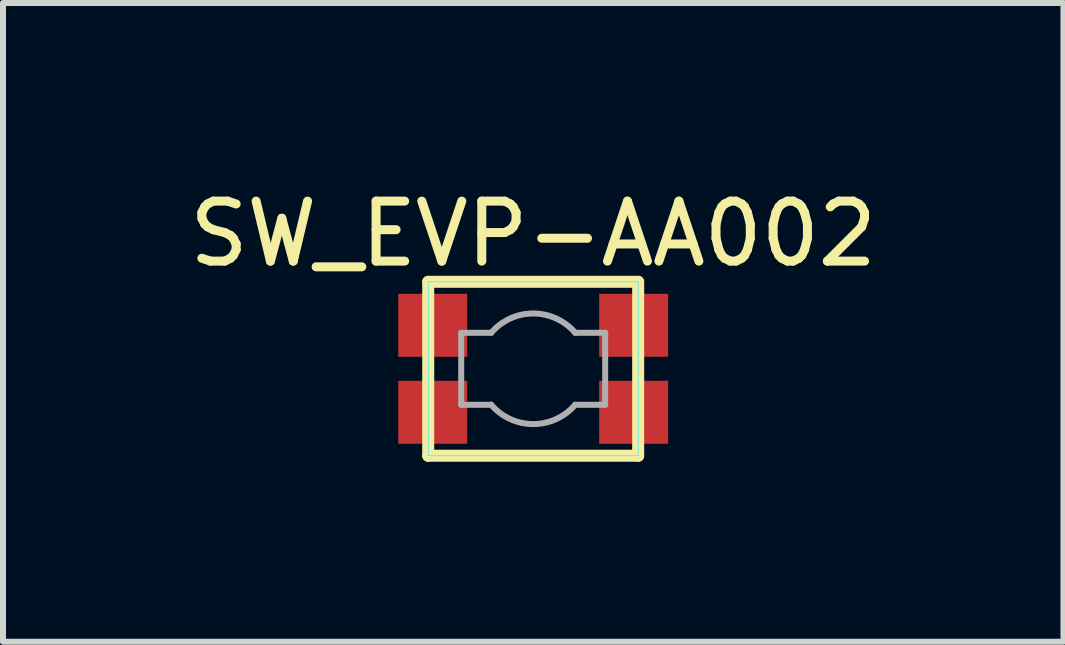
<source format=kicad_pcb>
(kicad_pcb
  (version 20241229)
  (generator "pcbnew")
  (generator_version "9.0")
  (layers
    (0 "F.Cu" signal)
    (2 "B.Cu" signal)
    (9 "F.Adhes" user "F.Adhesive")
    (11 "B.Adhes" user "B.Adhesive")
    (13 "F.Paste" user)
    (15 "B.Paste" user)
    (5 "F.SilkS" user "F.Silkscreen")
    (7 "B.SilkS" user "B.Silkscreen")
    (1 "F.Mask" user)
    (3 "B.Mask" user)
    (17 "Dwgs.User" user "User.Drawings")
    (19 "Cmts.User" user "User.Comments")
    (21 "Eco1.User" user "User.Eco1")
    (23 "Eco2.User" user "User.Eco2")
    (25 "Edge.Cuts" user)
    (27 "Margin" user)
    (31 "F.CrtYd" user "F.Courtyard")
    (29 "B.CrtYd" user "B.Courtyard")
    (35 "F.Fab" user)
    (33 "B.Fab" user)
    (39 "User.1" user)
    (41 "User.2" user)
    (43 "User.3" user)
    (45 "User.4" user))
  (footprint "SW_EVP-AA002"
    (layer "F.Cu")
    (at 5.839 3.098)
    (property "Reference" "SW_EVP-AA002" (at 0 -2.25 0) (layer "F.SilkS") (effects (font (size 1 1) (thickness 0.15))))
    (attr through_hole)
    (fp_line (start -1.75 -1.45) (end -1.75 1.45) (stroke (width 0.2) (type solid)) (layer "F.SilkS"))
    (fp_line (start -1.75 1.45) (end 1.75 1.45) (stroke (width 0.2) (type solid)) (layer "F.SilkS"))
    (fp_line (start 1.75 -1.45) (end -1.75 -1.45) (stroke (width 0.2) (type solid)) (layer "F.SilkS"))
    (fp_line (start 1.75 1.45) (end 1.75 -1.45) (stroke (width 0.2) (type solid)) (layer "F.SilkS"))
    (fp_line (start -1.75 -1.45) (end -1.75 1.45) (stroke (width 0.01) (type solid)) (layer "B.CrtYd"))
    (fp_line (start -1.75 1.45) (end 1.75 1.45) (stroke (width 0.01) (type solid)) (layer "B.CrtYd"))
    (fp_line (start -0.1 1.45) (end -0.1 1.45) (stroke (width 0.01) (type solid)) (layer "B.CrtYd"))
    (fp_line (start 1.75 -1.45) (end -1.75 -1.45) (stroke (width 0.01) (type solid)) (layer "B.CrtYd"))
    (fp_line (start 1.75 1.45) (end 1.75 -1.45) (stroke (width 0.01) (type solid)) (layer "B.CrtYd"))
    (fp_line (start -1.2 -0.6) (end -1.2 0.6) (stroke (width 0.1) (type solid)) (layer "F.Fab"))
    (fp_line (start -1.2 0.6) (end -0.7 0.6) (stroke (width 0.1) (type solid)) (layer "F.Fab"))
    (fp_line (start -0.7 -0.6) (end -1.2 -0.6) (stroke (width 0.1) (type solid)) (layer "F.Fab"))
    (fp_line (start 0.7 0.6) (end 1.2 0.6) (stroke (width 0.1) (type solid)) (layer "F.Fab"))
    (fp_line (start 1.2 -0.6) (end 0.7 -0.6) (stroke (width 0.1) (type solid)) (layer "F.Fab"))
    (fp_line (start 1.2 0.6) (end 1.2 -0.6) (stroke (width 0.1) (type solid)) (layer "F.Fab"))
    (fp_arc (start -0.7 -0.6) (mid 0.00163 -0.921953) (end 0.702117 -0.597521) (stroke (width 0.1) (type solid)) (layer "F.Fab"))
    (fp_arc (start 0.7 0.6) (mid -0.00163 0.921953) (end -0.702117 0.597521) (stroke (width 0.1) (type solid)) (layer "F.Fab"))
    (pad "1" smd rect (at -1.675 -0.725) (size 1.15 1.05) (layers "F.Cu" "F.Mask" "F.Paste"))
    (pad "1'" smd rect (at 1.675 -0.725) (size 1.15 1.05) (layers "F.Cu" "F.Mask" "F.Paste"))
    (pad "2" smd rect (at -1.675 0.725) (size 1.15 1.05) (layers "F.Cu" "F.Mask" "F.Paste"))
    (pad "2'" smd rect (at 1.675 0.725) (size 1.15 1.05) (layers "F.Cu" "F.Mask" "F.Paste")))
  (gr_rect
    (start -3 -3)
    (end 14.679 7.648)
    (stroke (width 0.1) (type default))
    (fill no)
    (layer "Edge.Cuts")))
</source>
